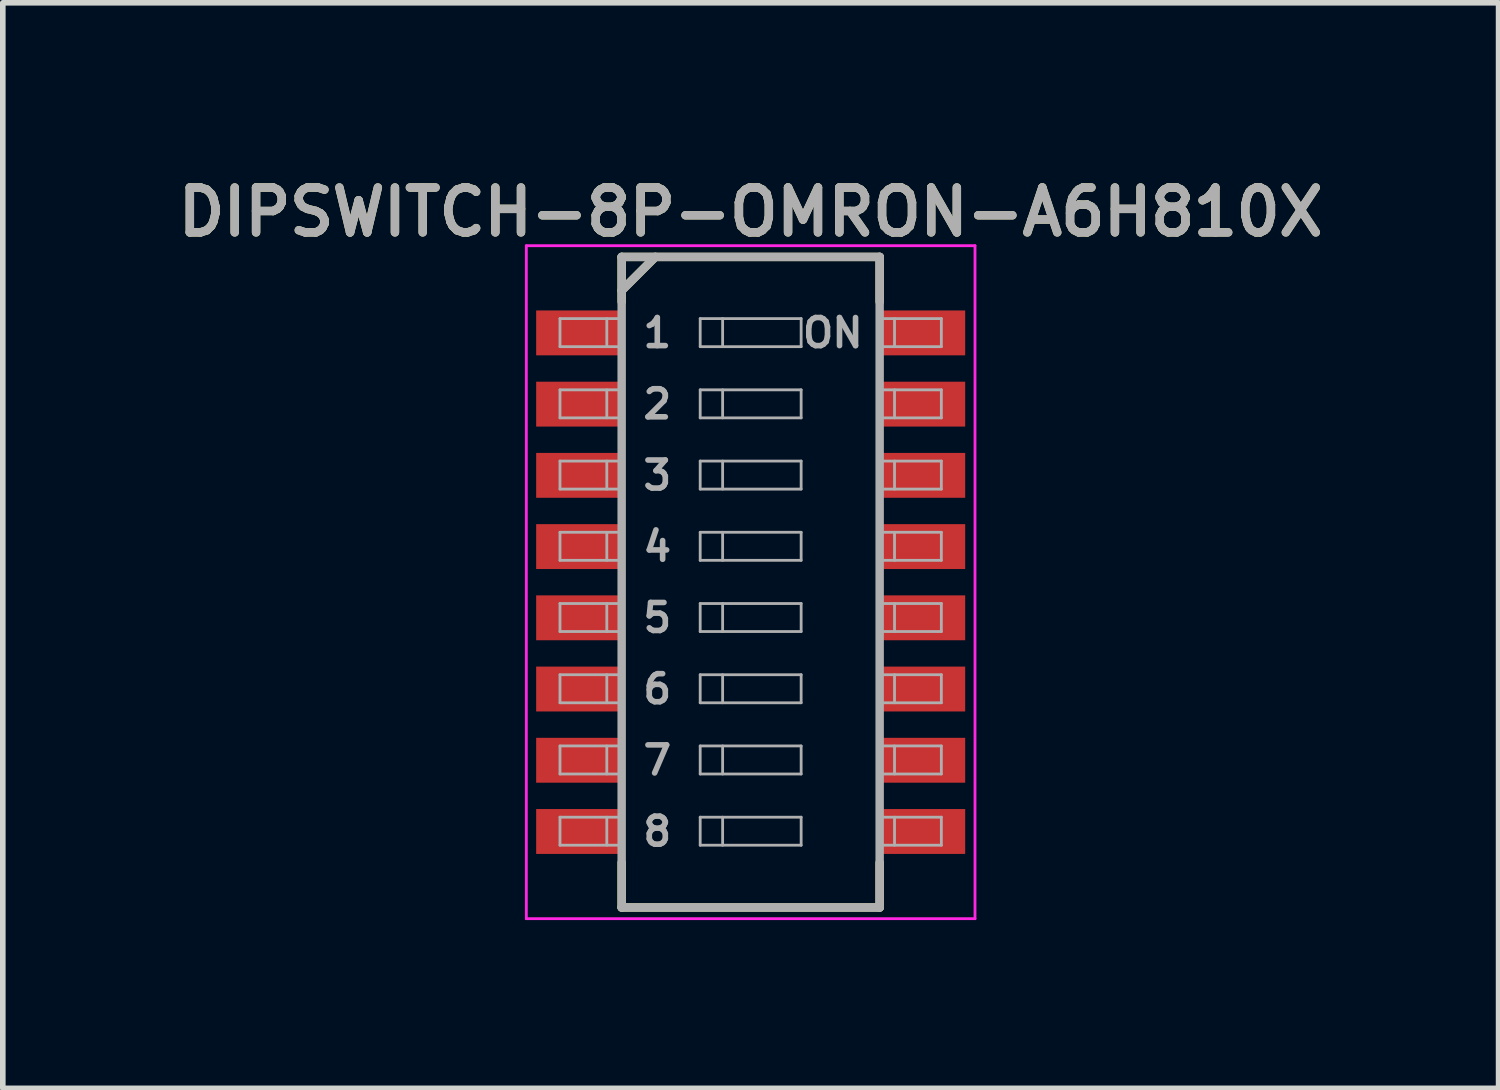
<source format=kicad_pcb>
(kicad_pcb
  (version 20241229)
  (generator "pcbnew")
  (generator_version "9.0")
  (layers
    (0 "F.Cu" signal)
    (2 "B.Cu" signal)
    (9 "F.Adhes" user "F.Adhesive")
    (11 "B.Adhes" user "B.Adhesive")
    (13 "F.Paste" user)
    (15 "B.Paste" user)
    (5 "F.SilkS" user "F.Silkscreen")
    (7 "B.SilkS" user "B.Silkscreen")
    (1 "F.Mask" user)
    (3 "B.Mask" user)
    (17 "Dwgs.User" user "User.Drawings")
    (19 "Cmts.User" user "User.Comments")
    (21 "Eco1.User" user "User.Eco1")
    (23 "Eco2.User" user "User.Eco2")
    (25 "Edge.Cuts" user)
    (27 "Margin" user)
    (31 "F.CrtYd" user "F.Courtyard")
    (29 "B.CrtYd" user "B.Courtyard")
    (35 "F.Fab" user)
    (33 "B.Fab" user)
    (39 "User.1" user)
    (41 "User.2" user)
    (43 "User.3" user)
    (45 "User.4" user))
  (footprint "DIPSWITCH-8P-OMRON-A6H810X"
    (layer "F.Cu")
    (at 10.335 7.331)
    (property "Reference" "DIPSWITCH-8P-OMRON-A6H810X" (at 0 -6.6 0) (layer "F.SilkS") (effects (font (size 0.8 0.8) (thickness 0.15))))
    (attr through_hole)
    (fp_line (start -2.3 -5.8) (end 2.3 -5.8) (stroke (width 0.15) (type solid)) (layer "F.SilkS"))
    (fp_line (start -2.3 -5.2) (end -1.7 -5.8) (stroke (width 0.15) (type solid)) (layer "F.SilkS"))
    (fp_line (start -2.3 -5) (end -2.3 -5.8) (stroke (width 0.15) (type solid)) (layer "F.SilkS"))
    (fp_line (start -2.3 5) (end -2.3 5.8) (stroke (width 0.15) (type solid)) (layer "F.SilkS"))
    (fp_line (start -2.3 5.8) (end 2.3 5.8) (stroke (width 0.15) (type solid)) (layer "F.SilkS"))
    (fp_line (start 2.3 -5.8) (end 2.3 -5) (stroke (width 0.15) (type solid)) (layer "F.SilkS"))
    (fp_line (start 2.3 5.8) (end 2.3 5) (stroke (width 0.15) (type solid)) (layer "F.SilkS"))
    (fp_line (start -4 -6) (end 4 -6) (stroke (width 0.05) (type solid)) (layer "F.CrtYd"))
    (fp_line (start -4 6) (end -4 -6) (stroke (width 0.05) (type solid)) (layer "F.CrtYd"))
    (fp_line (start 4 -6) (end 4 6) (stroke (width 0.05) (type solid)) (layer "F.CrtYd"))
    (fp_line (start 4 6) (end -4 6) (stroke (width 0.05) (type solid)) (layer "F.CrtYd"))
    (fp_line (start -3.4 -4.7) (end -3.4 -4.2) (stroke (width 0.05) (type solid)) (layer "F.Fab"))
    (fp_line (start -3.4 -4.2) (end -2.3 -4.2) (stroke (width 0.05) (type solid)) (layer "F.Fab"))
    (fp_line (start -3.4 -3.43) (end -3.4 -2.93) (stroke (width 0.05) (type solid)) (layer "F.Fab"))
    (fp_line (start -3.4 -2.93) (end -2.3 -2.93) (stroke (width 0.05) (type solid)) (layer "F.Fab"))
    (fp_line (start -3.4 -2.16) (end -3.4 -1.66) (stroke (width 0.05) (type solid)) (layer "F.Fab"))
    (fp_line (start -3.4 -1.66) (end -2.3 -1.66) (stroke (width 0.05) (type solid)) (layer "F.Fab"))
    (fp_line (start -3.4 -0.89) (end -3.4 -0.39) (stroke (width 0.05) (type solid)) (layer "F.Fab"))
    (fp_line (start -3.4 -0.39) (end -2.3 -0.39) (stroke (width 0.05) (type solid)) (layer "F.Fab"))
    (fp_line (start -3.4 0.38) (end -3.4 0.88) (stroke (width 0.05) (type solid)) (layer "F.Fab"))
    (fp_line (start -3.4 0.88) (end -2.3 0.88) (stroke (width 0.05) (type solid)) (layer "F.Fab"))
    (fp_line (start -3.4 1.65) (end -3.4 2.15) (stroke (width 0.05) (type solid)) (layer "F.Fab"))
    (fp_line (start -3.4 2.15) (end -2.3 2.15) (stroke (width 0.05) (type solid)) (layer "F.Fab"))
    (fp_line (start -3.4 2.92) (end -3.4 3.42) (stroke (width 0.05) (type solid)) (layer "F.Fab"))
    (fp_line (start -3.4 3.42) (end -2.3 3.42) (stroke (width 0.05) (type solid)) (layer "F.Fab"))
    (fp_line (start -3.4 4.19) (end -3.4 4.69) (stroke (width 0.05) (type solid)) (layer "F.Fab"))
    (fp_line (start -3.4 4.69) (end -2.3 4.69) (stroke (width 0.05) (type solid)) (layer "F.Fab"))
    (fp_line (start -2.565 -4.7) (end -2.565 -4.2) (stroke (width 0.05) (type solid)) (layer "F.Fab"))
    (fp_line (start -2.565 -3.43) (end -2.565 -2.93) (stroke (width 0.05) (type solid)) (layer "F.Fab"))
    (fp_line (start -2.565 -2.16) (end -2.565 -1.66) (stroke (width 0.05) (type solid)) (layer "F.Fab"))
    (fp_line (start -2.565 -0.89) (end -2.565 -0.39) (stroke (width 0.05) (type solid)) (layer "F.Fab"))
    (fp_line (start -2.565 0.38) (end -2.565 0.88) (stroke (width 0.05) (type solid)) (layer "F.Fab"))
    (fp_line (start -2.565 1.65) (end -2.565 2.15) (stroke (width 0.05) (type solid)) (layer "F.Fab"))
    (fp_line (start -2.565 2.92) (end -2.565 3.42) (stroke (width 0.05) (type solid)) (layer "F.Fab"))
    (fp_line (start -2.565 4.19) (end -2.565 4.69) (stroke (width 0.05) (type solid)) (layer "F.Fab"))
    (fp_line (start -2.3 -5.8) (end 2.3 -5.8) (stroke (width 0.15) (type solid)) (layer "F.Fab"))
    (fp_line (start -2.3 -5.2) (end -1.7 -5.8) (stroke (width 0.15) (type solid)) (layer "F.Fab"))
    (fp_line (start -2.3 -4.7) (end -3.4 -4.7) (stroke (width 0.05) (type solid)) (layer "F.Fab"))
    (fp_line (start -2.3 -3.43) (end -3.4 -3.43) (stroke (width 0.05) (type solid)) (layer "F.Fab"))
    (fp_line (start -2.3 -2.16) (end -3.4 -2.16) (stroke (width 0.05) (type solid)) (layer "F.Fab"))
    (fp_line (start -2.3 -0.89) (end -3.4 -0.89) (stroke (width 0.05) (type solid)) (layer "F.Fab"))
    (fp_line (start -2.3 0.38) (end -3.4 0.38) (stroke (width 0.05) (type solid)) (layer "F.Fab"))
    (fp_line (start -2.3 1.65) (end -3.4 1.65) (stroke (width 0.05) (type solid)) (layer "F.Fab"))
    (fp_line (start -2.3 2.92) (end -3.4 2.92) (stroke (width 0.05) (type solid)) (layer "F.Fab"))
    (fp_line (start -2.3 4.19) (end -3.4 4.19) (stroke (width 0.05) (type solid)) (layer "F.Fab"))
    (fp_line (start -2.3 5.8) (end -2.3 -5.8) (stroke (width 0.15) (type solid)) (layer "F.Fab"))
    (fp_line (start -0.9 -4.7) (end -0.9 -4.2) (stroke (width 0.05) (type solid)) (layer "F.Fab"))
    (fp_line (start -0.9 -4.2) (end 0.9 -4.2) (stroke (width 0.05) (type solid)) (layer "F.Fab"))
    (fp_line (start -0.9 -3.43) (end -0.9 -2.93) (stroke (width 0.05) (type solid)) (layer "F.Fab"))
    (fp_line (start -0.9 -2.93) (end 0.9 -2.93) (stroke (width 0.05) (type solid)) (layer "F.Fab"))
    (fp_line (start -0.9 -2.16) (end -0.9 -1.66) (stroke (width 0.05) (type solid)) (layer "F.Fab"))
    (fp_line (start -0.9 -1.66) (end 0.9 -1.66) (stroke (width 0.05) (type solid)) (layer "F.Fab"))
    (fp_line (start -0.9 -0.89) (end -0.9 -0.39) (stroke (width 0.05) (type solid)) (layer "F.Fab"))
    (fp_line (start -0.9 -0.39) (end 0.9 -0.39) (stroke (width 0.05) (type solid)) (layer "F.Fab"))
    (fp_line (start -0.9 0.38) (end -0.9 0.88) (stroke (width 0.05) (type solid)) (layer "F.Fab"))
    (fp_line (start -0.9 0.88) (end 0.9 0.88) (stroke (width 0.05) (type solid)) (layer "F.Fab"))
    (fp_line (start -0.9 1.65) (end -0.9 2.15) (stroke (width 0.05) (type solid)) (layer "F.Fab"))
    (fp_line (start -0.9 2.15) (end 0.9 2.15) (stroke (width 0.05) (type solid)) (layer "F.Fab"))
    (fp_line (start -0.9 2.92) (end -0.9 3.42) (stroke (width 0.05) (type solid)) (layer "F.Fab"))
    (fp_line (start -0.9 3.42) (end 0.9 3.42) (stroke (width 0.05) (type solid)) (layer "F.Fab"))
    (fp_line (start -0.9 4.19) (end -0.9 4.69) (stroke (width 0.05) (type solid)) (layer "F.Fab"))
    (fp_line (start -0.9 4.69) (end 0.9 4.69) (stroke (width 0.05) (type solid)) (layer "F.Fab"))
    (fp_line (start -0.5 -4.7) (end -0.5 -4.2) (stroke (width 0.05) (type solid)) (layer "F.Fab"))
    (fp_line (start -0.5 -3.43) (end -0.5 -2.93) (stroke (width 0.05) (type solid)) (layer "F.Fab"))
    (fp_line (start -0.5 -2.16) (end -0.5 -1.66) (stroke (width 0.05) (type solid)) (layer "F.Fab"))
    (fp_line (start -0.5 -0.89) (end -0.5 -0.39) (stroke (width 0.05) (type solid)) (layer "F.Fab"))
    (fp_line (start -0.5 0.38) (end -0.5 0.88) (stroke (width 0.05) (type solid)) (layer "F.Fab"))
    (fp_line (start -0.5 1.65) (end -0.5 2.15) (stroke (width 0.05) (type solid)) (layer "F.Fab"))
    (fp_line (start -0.5 2.92) (end -0.5 3.42) (stroke (width 0.05) (type solid)) (layer "F.Fab"))
    (fp_line (start -0.5 4.19) (end -0.5 4.69) (stroke (width 0.05) (type solid)) (layer "F.Fab"))
    (fp_line (start 0.9 -4.7) (end -0.9 -4.7) (stroke (width 0.05) (type solid)) (layer "F.Fab"))
    (fp_line (start 0.9 -4.2) (end 0.9 -4.7) (stroke (width 0.05) (type solid)) (layer "F.Fab"))
    (fp_line (start 0.9 -3.43) (end -0.9 -3.43) (stroke (width 0.05) (type solid)) (layer "F.Fab"))
    (fp_line (start 0.9 -2.93) (end 0.9 -3.43) (stroke (width 0.05) (type solid)) (layer "F.Fab"))
    (fp_line (start 0.9 -2.16) (end -0.9 -2.16) (stroke (width 0.05) (type solid)) (layer "F.Fab"))
    (fp_line (start 0.9 -1.66) (end 0.9 -2.16) (stroke (width 0.05) (type solid)) (layer "F.Fab"))
    (fp_line (start 0.9 -0.89) (end -0.9 -0.89) (stroke (width 0.05) (type solid)) (layer "F.Fab"))
    (fp_line (start 0.9 -0.39) (end 0.9 -0.89) (stroke (width 0.05) (type solid)) (layer "F.Fab"))
    (fp_line (start 0.9 0.38) (end -0.9 0.38) (stroke (width 0.05) (type solid)) (layer "F.Fab"))
    (fp_line (start 0.9 0.88) (end 0.9 0.38) (stroke (width 0.05) (type solid)) (layer "F.Fab"))
    (fp_line (start 0.9 1.65) (end -0.9 1.65) (stroke (width 0.05) (type solid)) (layer "F.Fab"))
    (fp_line (start 0.9 2.15) (end 0.9 1.65) (stroke (width 0.05) (type solid)) (layer "F.Fab"))
    (fp_line (start 0.9 2.92) (end -0.9 2.92) (stroke (width 0.05) (type solid)) (layer "F.Fab"))
    (fp_line (start 0.9 3.42) (end 0.9 2.92) (stroke (width 0.05) (type solid)) (layer "F.Fab"))
    (fp_line (start 0.9 4.19) (end -0.9 4.19) (stroke (width 0.05) (type solid)) (layer "F.Fab"))
    (fp_line (start 0.9 4.69) (end 0.9 4.19) (stroke (width 0.05) (type solid)) (layer "F.Fab"))
    (fp_line (start 2.3 -5.8) (end 2.3 5.8) (stroke (width 0.15) (type solid)) (layer "F.Fab"))
    (fp_line (start 2.3 -4.7) (end 3.4 -4.7) (stroke (width 0.05) (type solid)) (layer "F.Fab"))
    (fp_line (start 2.3 -3.43) (end 3.4 -3.43) (stroke (width 0.05) (type solid)) (layer "F.Fab"))
    (fp_line (start 2.3 -2.16) (end 3.4 -2.16) (stroke (width 0.05) (type solid)) (layer "F.Fab"))
    (fp_line (start 2.3 -0.89) (end 3.4 -0.89) (stroke (width 0.05) (type solid)) (layer "F.Fab"))
    (fp_line (start 2.3 0.38) (end 3.4 0.38) (stroke (width 0.05) (type solid)) (layer "F.Fab"))
    (fp_line (start 2.3 1.65) (end 3.4 1.65) (stroke (width 0.05) (type solid)) (layer "F.Fab"))
    (fp_line (start 2.3 2.92) (end 3.4 2.92) (stroke (width 0.05) (type solid)) (layer "F.Fab"))
    (fp_line (start 2.3 4.19) (end 3.4 4.19) (stroke (width 0.05) (type solid)) (layer "F.Fab"))
    (fp_line (start 2.3 5.8) (end -2.3 5.8) (stroke (width 0.15) (type solid)) (layer "F.Fab"))
    (fp_line (start 2.565 -4.7) (end 2.565 -4.2) (stroke (width 0.05) (type solid)) (layer "F.Fab"))
    (fp_line (start 2.565 -3.43) (end 2.565 -2.93) (stroke (width 0.05) (type solid)) (layer "F.Fab"))
    (fp_line (start 2.565 -2.16) (end 2.565 -1.66) (stroke (width 0.05) (type solid)) (layer "F.Fab"))
    (fp_line (start 2.565 -0.89) (end 2.565 -0.39) (stroke (width 0.05) (type solid)) (layer "F.Fab"))
    (fp_line (start 2.565 0.38) (end 2.565 0.88) (stroke (width 0.05) (type solid)) (layer "F.Fab"))
    (fp_line (start 2.565 1.65) (end 2.565 2.15) (stroke (width 0.05) (type solid)) (layer "F.Fab"))
    (fp_line (start 2.565 2.92) (end 2.565 3.42) (stroke (width 0.05) (type solid)) (layer "F.Fab"))
    (fp_line (start 2.565 4.19) (end 2.565 4.69) (stroke (width 0.05) (type solid)) (layer "F.Fab"))
    (fp_line (start 3.4 -4.7) (end 3.4 -4.2) (stroke (width 0.05) (type solid)) (layer "F.Fab"))
    (fp_line (start 3.4 -4.2) (end 2.3 -4.2) (stroke (width 0.05) (type solid)) (layer "F.Fab"))
    (fp_line (start 3.4 -3.43) (end 3.4 -2.93) (stroke (width 0.05) (type solid)) (layer "F.Fab"))
    (fp_line (start 3.4 -2.93) (end 2.3 -2.93) (stroke (width 0.05) (type solid)) (layer "F.Fab"))
    (fp_line (start 3.4 -2.16) (end 3.4 -1.66) (stroke (width 0.05) (type solid)) (layer "F.Fab"))
    (fp_line (start 3.4 -1.66) (end 2.3 -1.66) (stroke (width 0.05) (type solid)) (layer "F.Fab"))
    (fp_line (start 3.4 -0.89) (end 3.4 -0.39) (stroke (width 0.05) (type solid)) (layer "F.Fab"))
    (fp_line (start 3.4 -0.39) (end 2.3 -0.39) (stroke (width 0.05) (type solid)) (layer "F.Fab"))
    (fp_line (start 3.4 0.38) (end 3.4 0.88) (stroke (width 0.05) (type solid)) (layer "F.Fab"))
    (fp_line (start 3.4 0.88) (end 2.3 0.88) (stroke (width 0.05) (type solid)) (layer "F.Fab"))
    (fp_line (start 3.4 1.65) (end 3.4 2.15) (stroke (width 0.05) (type solid)) (layer "F.Fab"))
    (fp_line (start 3.4 2.15) (end 2.3 2.15) (stroke (width 0.05) (type solid)) (layer "F.Fab"))
    (fp_line (start 3.4 2.92) (end 3.4 3.42) (stroke (width 0.05) (type solid)) (layer "F.Fab"))
    (fp_line (start 3.4 3.42) (end 2.3 3.42) (stroke (width 0.05) (type solid)) (layer "F.Fab"))
    (fp_line (start 3.4 4.19) (end 3.4 4.69) (stroke (width 0.05) (type solid)) (layer "F.Fab"))
    (fp_line (start 3.4 4.69) (end 2.3 4.69) (stroke (width 0.05) (type solid)) (layer "F.Fab"))
    (fp_text user "3" (at -1.665 -1.905 0) (layer "F.Fab") (effects (font (size 0.5 0.5) (thickness 0.1))))
    (fp_text user "ON" (at 1.465 -4.445 0) (layer "F.Fab") (effects (font (size 0.5 0.5) (thickness 0.1))))
    (fp_text user "1" (at -1.665 -4.445 0) (layer "F.Fab") (effects (font (size 0.5 0.5) (thickness 0.1))))
    (fp_text user "6" (at -1.665 1.905 0) (layer "F.Fab") (effects (font (size 0.5 0.5) (thickness 0.1))))
    (fp_text user "8" (at -1.665 4.445 0) (layer "F.Fab") (effects (font (size 0.5 0.5) (thickness 0.1))))
    (fp_text user "2" (at -1.665 -3.175 0) (layer "F.Fab") (effects (font (size 0.5 0.5) (thickness 0.1))))
    (fp_text user "5" (at -1.665 0.635 0) (layer "F.Fab") (effects (font (size 0.5 0.5) (thickness 0.1))))
    (fp_text user "${REFERENCE}" (at 0 -6.6 0) (layer "F.Fab") (effects (font (size 0.8 0.8) (thickness 0.15))))
    (fp_text user "7" (at -1.665 3.175 0) (layer "F.Fab") (effects (font (size 0.5 0.5) (thickness 0.1))))
    (fp_text user "4" (at -1.665 -0.635 0) (layer "F.Fab") (effects (font (size 0.5 0.5) (thickness 0.1))))
    (pad "1" smd rect (at -3.075 -4.445) (size 1.5 0.8) (layers "F.Cu" "F.Mask" "F.Paste"))
    (pad "2" smd rect (at -3.075 -3.175) (size 1.5 0.8) (layers "F.Cu" "F.Mask" "F.Paste"))
    (pad "3" smd rect (at -3.075 -1.905) (size 1.5 0.8) (layers "F.Cu" "F.Mask" "F.Paste"))
    (pad "4" smd rect (at -3.075 -0.635) (size 1.5 0.8) (layers "F.Cu" "F.Mask" "F.Paste"))
    (pad "5" smd rect (at -3.075 0.635) (size 1.5 0.8) (layers "F.Cu" "F.Mask" "F.Paste"))
    (pad "6" smd rect (at -3.075 1.905) (size 1.5 0.8) (layers "F.Cu" "F.Mask" "F.Paste"))
    (pad "7" smd rect (at -3.075 3.175) (size 1.5 0.8) (layers "F.Cu" "F.Mask" "F.Paste"))
    (pad "8" smd rect (at -3.075 4.445) (size 1.5 0.8) (layers "F.Cu" "F.Mask" "F.Paste"))
    (pad "9" smd rect (at 3.075 4.445) (size 1.5 0.8) (layers "F.Cu" "F.Mask" "F.Paste"))
    (pad "10" smd rect (at 3.075 3.175) (size 1.5 0.8) (layers "F.Cu" "F.Mask" "F.Paste"))
    (pad "11" smd rect (at 3.075 1.905) (size 1.5 0.8) (layers "F.Cu" "F.Mask" "F.Paste"))
    (pad "12" smd rect (at 3.075 0.635) (size 1.5 0.8) (layers "F.Cu" "F.Mask" "F.Paste"))
    (pad "13" smd rect (at 3.075 -0.635) (size 1.5 0.8) (layers "F.Cu" "F.Mask" "F.Paste"))
    (pad "14" smd rect (at 3.075 -1.905) (size 1.5 0.8) (layers "F.Cu" "F.Mask" "F.Paste"))
    (pad "15" smd rect (at 3.075 -3.175) (size 1.5 0.8) (layers "F.Cu" "F.Mask" "F.Paste"))
    (pad "16" smd rect (at 3.075 -4.445) (size 1.5 0.8) (layers "F.Cu" "F.Mask" "F.Paste")))
  (gr_rect
    (start -3 -3)
    (end 23.671 16.356)
    (stroke (width 0.1) (type default))
    (fill no)
    (layer "Edge.Cuts")))
</source>
